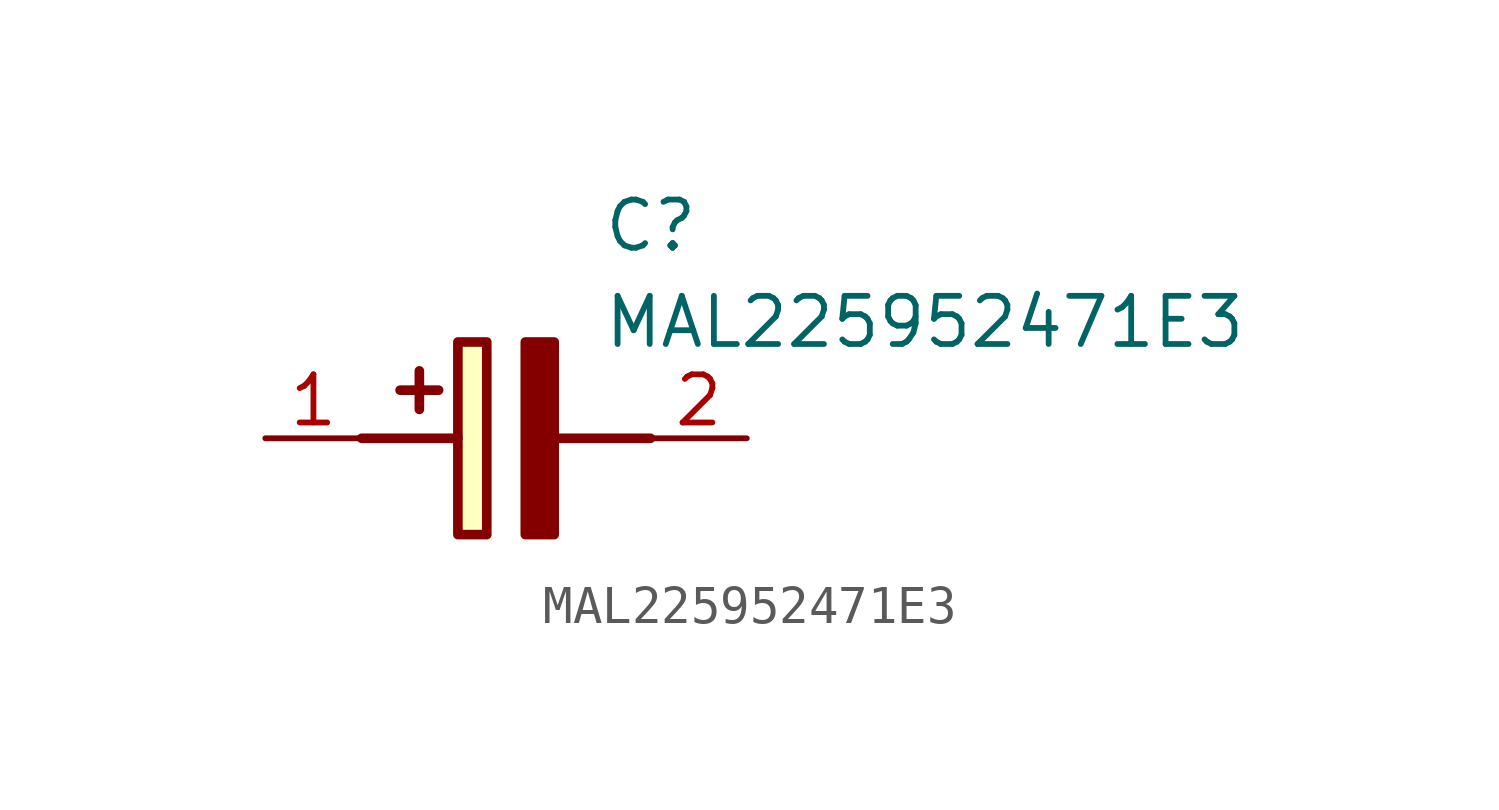
<source format=kicad_sym>
(kicad_symbol_lib
  (version 20211014)
  (generator SamacSys_ECAD_Model)
  (symbol "MAL225952471E3"
    (pin_names hide)
    (property "Reference" "C"
      (at 8.89 6.35 0)
      (effects (font (size 1.27 1.27)) (justify left top)))
    (property "Value" "MAL225952471E3"
      (at 8.89 3.81 0)
      (effects (font (size 1.27 1.27)) (justify left top)))
    (rectangle
      (start 5.08 2.54)
      (end 5.842 -2.54)
      (stroke (width 0.254) (type default))
      (fill (type background)))
    (polyline
      (pts (xy 4.572 1.27) (xy 3.556 1.27))
      (stroke (width 0.254) (type default))
      (fill (type none)))
    (polyline
      (pts (xy 4.064 1.778) (xy 4.064 0.762))
      (stroke (width 0.254) (type default))
      (fill (type none)))
    (polyline
      (pts (xy 2.54 0) (xy 5.08 0))
      (stroke (width 0.254) (type default))
      (fill (type none)))
    (polyline
      (pts (xy 7.62 0) (xy 10.16 0))
      (stroke (width 0.254) (type default))
      (fill (type none)))
    (polyline
      (pts (xy 7.62 2.54) (xy 7.62 -2.54) (xy 6.858 -2.54) (xy 6.858 2.54) (xy 7.62 2.54))
      (stroke (width 0.254) (type default))
      (fill (type outline)))
    (pin passive line
      (at 0 0 0)
      (length 2.54)
      (name "+" (effects (font (size 1.27 1.27))))
      (number "1" (effects (font (size 1.27 1.27)))))
    (pin passive line
      (at 12.7 0 180)
      (length 2.54)
      (name "-" (effects (font (size 1.27 1.27))))
      (number "2" (effects (font (size 1.27 1.27)))))))
</source>
